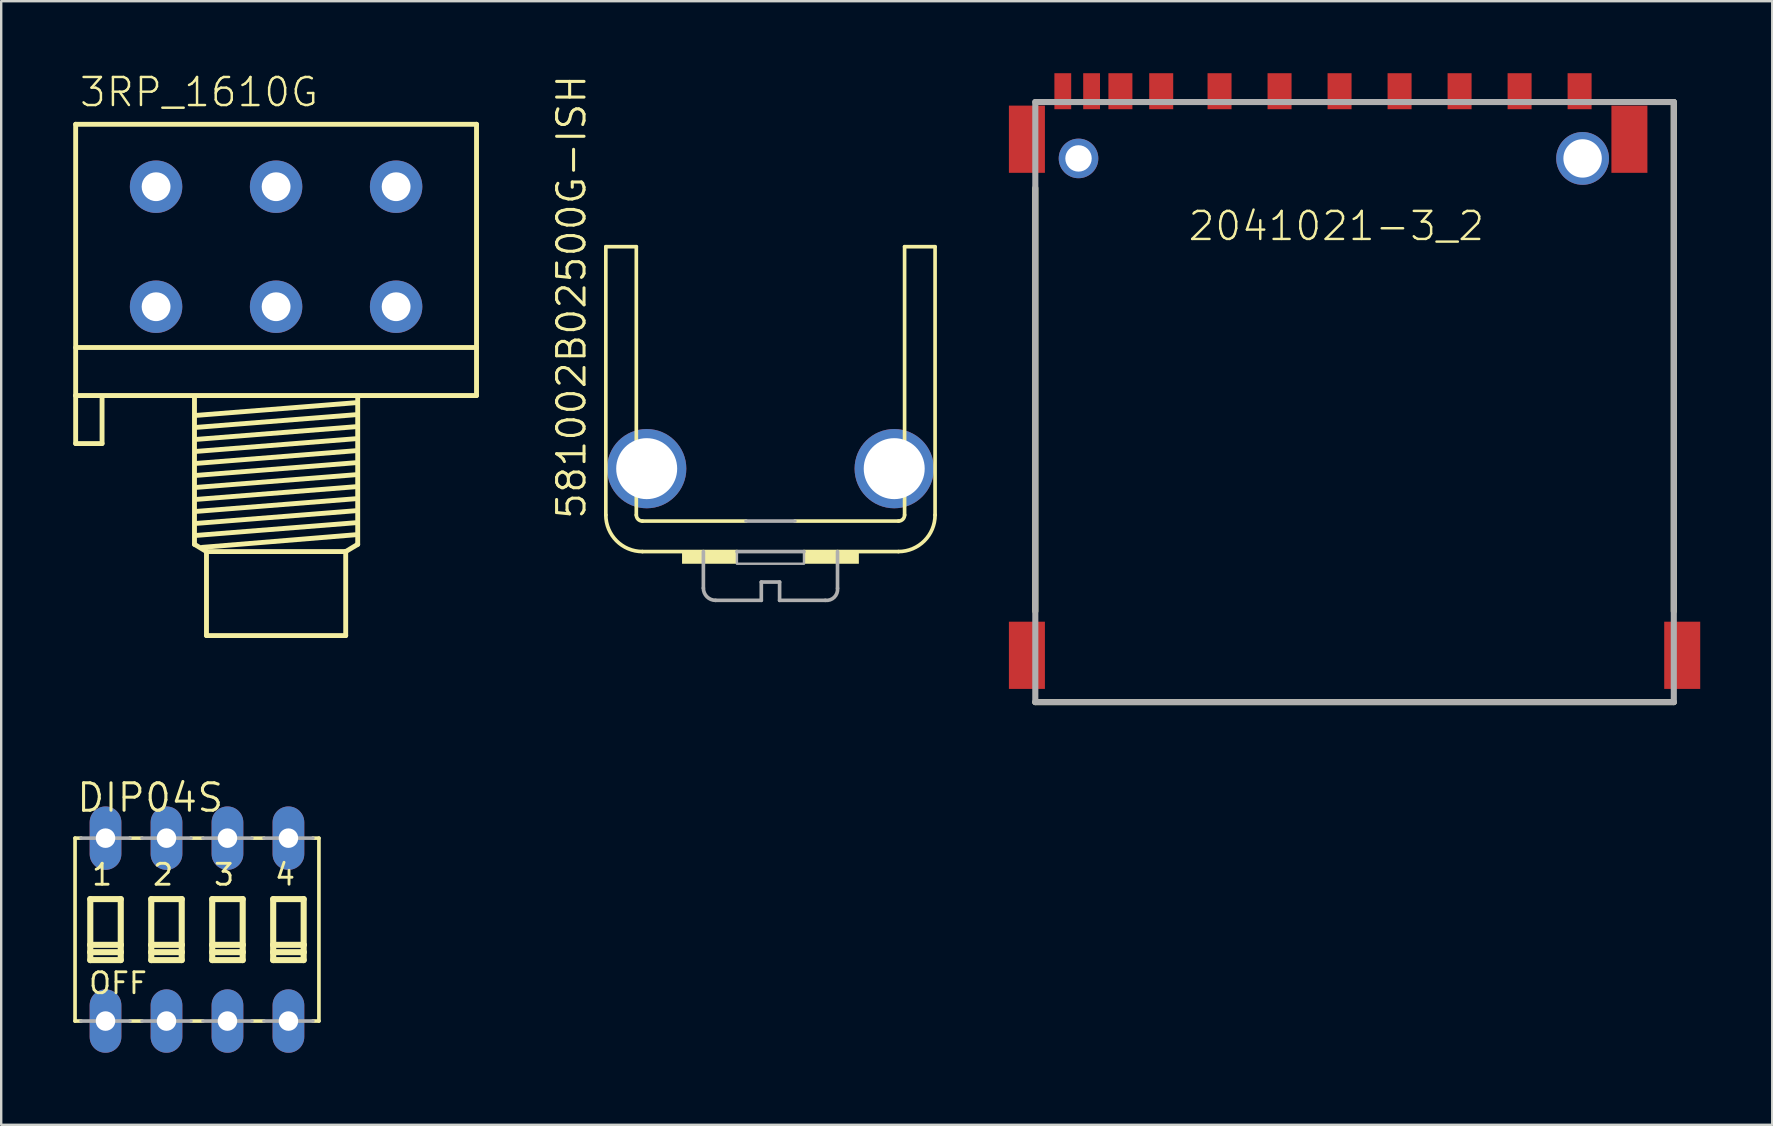
<source format=kicad_pcb>
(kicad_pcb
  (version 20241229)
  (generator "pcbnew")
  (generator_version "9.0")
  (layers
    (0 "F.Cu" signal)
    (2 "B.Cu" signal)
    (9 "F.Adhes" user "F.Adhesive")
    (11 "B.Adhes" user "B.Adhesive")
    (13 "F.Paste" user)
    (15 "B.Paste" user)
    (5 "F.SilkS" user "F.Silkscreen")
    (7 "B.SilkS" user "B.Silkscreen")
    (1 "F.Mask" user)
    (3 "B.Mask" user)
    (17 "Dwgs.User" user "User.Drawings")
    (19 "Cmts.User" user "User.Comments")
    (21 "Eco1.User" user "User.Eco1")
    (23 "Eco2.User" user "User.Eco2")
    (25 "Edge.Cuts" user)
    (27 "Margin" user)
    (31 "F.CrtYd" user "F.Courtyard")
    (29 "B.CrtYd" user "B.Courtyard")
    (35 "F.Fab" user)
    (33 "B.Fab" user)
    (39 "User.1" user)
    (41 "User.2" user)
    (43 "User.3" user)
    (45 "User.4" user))
  (footprint "DIP04S"
    (layer "F.Cu")
    (at 5.156 35.677)
    (property "Reference" "DIP04S" (at -5.08 -4.826 0) (layer "F.SilkS") (effects (font (size 1.143 1.143) (thickness 0.127)) (justify left bottom)))
    (fp_line (start -5.08 3.81) (end -5.08 -3.81) (stroke (width 0.152) (type solid)) (layer "F.SilkS"))
    (fp_line (start -4.826 -3.81) (end -5.08 -3.81) (stroke (width 0.152) (type solid)) (layer "F.SilkS"))
    (fp_line (start -4.826 3.81) (end -5.08 3.81) (stroke (width 0.152) (type solid)) (layer "F.SilkS"))
    (fp_line (start -4.445 -1.27) (end -4.445 0.635) (stroke (width 0.254) (type solid)) (layer "F.SilkS"))
    (fp_line (start -4.445 0.635) (end -4.445 0.94) (stroke (width 0.254) (type solid)) (layer "F.SilkS"))
    (fp_line (start -4.445 0.635) (end -3.175 0.635) (stroke (width 0.254) (type solid)) (layer "F.SilkS"))
    (fp_line (start -4.445 0.94) (end -4.445 1.27) (stroke (width 0.254) (type solid)) (layer "F.SilkS"))
    (fp_line (start -4.445 0.94) (end -3.175 0.94) (stroke (width 0.254) (type solid)) (layer "F.SilkS"))
    (fp_line (start -4.445 1.27) (end -3.175 1.27) (stroke (width 0.254) (type solid)) (layer "F.SilkS"))
    (fp_line (start -3.175 -1.27) (end -4.445 -1.27) (stroke (width 0.254) (type solid)) (layer "F.SilkS"))
    (fp_line (start -3.175 0.635) (end -3.175 -1.27) (stroke (width 0.254) (type solid)) (layer "F.SilkS"))
    (fp_line (start -3.175 0.94) (end -3.175 0.635) (stroke (width 0.254) (type solid)) (layer "F.SilkS"))
    (fp_line (start -3.175 1.27) (end -3.175 0.94) (stroke (width 0.254) (type solid)) (layer "F.SilkS"))
    (fp_line (start -2.794 -3.81) (end -2.286 -3.81) (stroke (width 0.152) (type solid)) (layer "F.SilkS"))
    (fp_line (start -2.794 3.81) (end -2.286 3.81) (stroke (width 0.152) (type solid)) (layer "F.SilkS"))
    (fp_line (start -1.905 -1.27) (end -1.905 0.635) (stroke (width 0.254) (type solid)) (layer "F.SilkS"))
    (fp_line (start -1.905 0.635) (end -1.905 0.94) (stroke (width 0.254) (type solid)) (layer "F.SilkS"))
    (fp_line (start -1.905 0.635) (end -0.635 0.635) (stroke (width 0.254) (type solid)) (layer "F.SilkS"))
    (fp_line (start -1.905 0.94) (end -1.905 1.27) (stroke (width 0.254) (type solid)) (layer "F.SilkS"))
    (fp_line (start -1.905 0.94) (end -0.635 0.94) (stroke (width 0.254) (type solid)) (layer "F.SilkS"))
    (fp_line (start -1.905 1.27) (end -0.635 1.27) (stroke (width 0.254) (type solid)) (layer "F.SilkS"))
    (fp_line (start -0.635 -1.27) (end -1.905 -1.27) (stroke (width 0.254) (type solid)) (layer "F.SilkS"))
    (fp_line (start -0.635 0.635) (end -0.635 -1.27) (stroke (width 0.254) (type solid)) (layer "F.SilkS"))
    (fp_line (start -0.635 0.94) (end -0.635 0.635) (stroke (width 0.254) (type solid)) (layer "F.SilkS"))
    (fp_line (start -0.635 1.27) (end -0.635 0.94) (stroke (width 0.254) (type solid)) (layer "F.SilkS"))
    (fp_line (start -0.254 -3.81) (end 0.254 -3.81) (stroke (width 0.152) (type solid)) (layer "F.SilkS"))
    (fp_line (start -0.254 3.81) (end 0.254 3.81) (stroke (width 0.152) (type solid)) (layer "F.SilkS"))
    (fp_line (start 0.635 -1.27) (end 0.635 0.635) (stroke (width 0.254) (type solid)) (layer "F.SilkS"))
    (fp_line (start 0.635 0.635) (end 0.635 0.94) (stroke (width 0.254) (type solid)) (layer "F.SilkS"))
    (fp_line (start 0.635 0.635) (end 1.905 0.635) (stroke (width 0.254) (type solid)) (layer "F.SilkS"))
    (fp_line (start 0.635 0.94) (end 0.635 1.27) (stroke (width 0.254) (type solid)) (layer "F.SilkS"))
    (fp_line (start 0.635 0.94) (end 1.905 0.94) (stroke (width 0.254) (type solid)) (layer "F.SilkS"))
    (fp_line (start 0.635 1.27) (end 1.905 1.27) (stroke (width 0.254) (type solid)) (layer "F.SilkS"))
    (fp_line (start 1.905 -1.27) (end 0.635 -1.27) (stroke (width 0.254) (type solid)) (layer "F.SilkS"))
    (fp_line (start 1.905 0.635) (end 1.905 -1.27) (stroke (width 0.254) (type solid)) (layer "F.SilkS"))
    (fp_line (start 1.905 0.94) (end 1.905 0.635) (stroke (width 0.254) (type solid)) (layer "F.SilkS"))
    (fp_line (start 1.905 1.27) (end 1.905 0.94) (stroke (width 0.254) (type solid)) (layer "F.SilkS"))
    (fp_line (start 2.286 -3.81) (end 2.794 -3.81) (stroke (width 0.152) (type solid)) (layer "F.SilkS"))
    (fp_line (start 2.286 3.81) (end 2.794 3.81) (stroke (width 0.152) (type solid)) (layer "F.SilkS"))
    (fp_line (start 3.175 -1.27) (end 3.175 0.635) (stroke (width 0.254) (type solid)) (layer "F.SilkS"))
    (fp_line (start 3.175 0.635) (end 3.175 0.94) (stroke (width 0.254) (type solid)) (layer "F.SilkS"))
    (fp_line (start 3.175 0.635) (end 4.445 0.635) (stroke (width 0.254) (type solid)) (layer "F.SilkS"))
    (fp_line (start 3.175 0.94) (end 3.175 1.27) (stroke (width 0.254) (type solid)) (layer "F.SilkS"))
    (fp_line (start 3.175 0.94) (end 4.445 0.94) (stroke (width 0.254) (type solid)) (layer "F.SilkS"))
    (fp_line (start 3.175 1.27) (end 4.445 1.27) (stroke (width 0.254) (type solid)) (layer "F.SilkS"))
    (fp_line (start 4.445 -1.27) (end 3.175 -1.27) (stroke (width 0.254) (type solid)) (layer "F.SilkS"))
    (fp_line (start 4.445 0.635) (end 4.445 -1.27) (stroke (width 0.254) (type solid)) (layer "F.SilkS"))
    (fp_line (start 4.445 0.94) (end 4.445 0.635) (stroke (width 0.254) (type solid)) (layer "F.SilkS"))
    (fp_line (start 4.445 1.27) (end 4.445 0.94) (stroke (width 0.254) (type solid)) (layer "F.SilkS"))
    (fp_line (start 4.826 -3.81) (end 5.08 -3.81) (stroke (width 0.152) (type solid)) (layer "F.SilkS"))
    (fp_line (start 4.826 3.81) (end 5.08 3.81) (stroke (width 0.152) (type solid)) (layer "F.SilkS"))
    (fp_line (start 5.08 -3.81) (end 5.08 3.81) (stroke (width 0.152) (type solid)) (layer "F.SilkS"))
    (fp_line (start -4.826 -3.81) (end -2.794 -3.81) (stroke (width 0.152) (type solid)) (layer "F.Fab"))
    (fp_line (start -2.794 3.81) (end -4.826 3.81) (stroke (width 0.152) (type solid)) (layer "F.Fab"))
    (fp_line (start -2.286 -3.81) (end -0.254 -3.81) (stroke (width 0.152) (type solid)) (layer "F.Fab"))
    (fp_line (start -2.286 3.81) (end -0.254 3.81) (stroke (width 0.152) (type solid)) (layer "F.Fab"))
    (fp_line (start 0.254 -3.81) (end 2.286 -3.81) (stroke (width 0.152) (type solid)) (layer "F.Fab"))
    (fp_line (start 0.254 3.81) (end 2.286 3.81) (stroke (width 0.152) (type solid)) (layer "F.Fab"))
    (fp_line (start 2.794 -3.81) (end 4.826 -3.81) (stroke (width 0.152) (type solid)) (layer "F.Fab"))
    (fp_line (start 2.794 3.81) (end 4.826 3.81) (stroke (width 0.152) (type solid)) (layer "F.Fab"))
    (fp_text user "4" (at 3.175 -1.778 0) (layer "F.SilkS") (effects (font (size 0.872 0.872) (thickness 0.119)) (justify left bottom)))
    (fp_text user "OFF" (at -4.572 2.743 0) (layer "F.SilkS") (effects (font (size 0.872 0.872) (thickness 0.119)) (justify left bottom)))
    (fp_text user "2" (at -1.905 -1.778 0) (layer "F.SilkS") (effects (font (size 0.872 0.872) (thickness 0.119)) (justify left bottom)))
    (fp_text user "1" (at -4.445 -1.778 0) (layer "F.SilkS") (effects (font (size 0.872 0.872) (thickness 0.119)) (justify left bottom)))
    (fp_text user "3" (at 0.635 -1.778 0) (layer "F.SilkS") (effects (font (size 0.872 0.872) (thickness 0.119)) (justify left bottom)))
    (pad "1" thru_hole oval (at -3.81 3.81 90) (size 2.642 1.321) (drill 0.813) (layers "*.Cu" "*.Mask"))
    (pad "2" thru_hole oval (at -1.27 3.81 90) (size 2.642 1.321) (drill 0.813) (layers "*.Cu" "*.Mask"))
    (pad "3" thru_hole oval (at 1.27 3.81 90) (size 2.642 1.321) (drill 0.813) (layers "*.Cu" "*.Mask"))
    (pad "4" thru_hole oval (at 3.81 3.81 90) (size 2.642 1.321) (drill 0.813) (layers "*.Cu" "*.Mask"))
    (pad "5" thru_hole oval (at 3.81 -3.81 90) (size 2.642 1.321) (drill 0.813) (layers "*.Cu" "*.Mask"))
    (pad "6" thru_hole oval (at 1.27 -3.81 90) (size 2.642 1.321) (drill 0.813) (layers "*.Cu" "*.Mask"))
    (pad "7" thru_hole oval (at -1.27 -3.81 90) (size 2.642 1.321) (drill 0.813) (layers "*.Cu" "*.Mask"))
    (pad "8" thru_hole oval (at -3.81 -3.81 90) (size 2.642 1.321) (drill 0.813) (layers "*.Cu" "*.Mask")))
  (footprint "581002B02500G-ISH"
    (layer "F.Cu")
    (at 29.047 19.928)
    (property "Reference" "581002B02500G-ISH" (at -7.62 -1.27 90) (layer "F.SilkS") (effects (font (size 1.143 1.143) (thickness 0.127)) (justify left bottom)))
    (fp_line (start -6.858 -12.7) (end -5.588 -12.7) (stroke (width 0.152) (type solid)) (layer "F.SilkS"))
    (fp_line (start -6.858 -1.524) (end -6.858 -12.7) (stroke (width 0.152) (type solid)) (layer "F.SilkS"))
    (fp_line (start -5.588 -1.524) (end -5.588 -12.7) (stroke (width 0.152) (type solid)) (layer "F.SilkS"))
    (fp_line (start -5.334 -1.27) (end -1.016 -1.27) (stroke (width 0.152) (type solid)) (layer "F.SilkS"))
    (fp_line (start -1.397 0) (end -5.334 0) (stroke (width 0.152) (type solid)) (layer "F.SilkS"))
    (fp_line (start 1.016 -1.27) (end 5.334 -1.27) (stroke (width 0.152) (type solid)) (layer "F.SilkS"))
    (fp_line (start 1.397 0) (end 5.334 0) (stroke (width 0.152) (type solid)) (layer "F.SilkS"))
    (fp_line (start 5.588 -1.524) (end 5.588 -12.7) (stroke (width 0.152) (type solid)) (layer "F.SilkS"))
    (fp_line (start 6.858 -12.7) (end 5.588 -12.7) (stroke (width 0.152) (type solid)) (layer "F.SilkS"))
    (fp_line (start 6.858 -1.524) (end 6.858 -12.7) (stroke (width 0.152) (type solid)) (layer "F.SilkS"))
    (fp_arc (start -5.334 -1.27) (mid -5.513605 -1.344395) (end -5.588 -1.524) (stroke (width 0.1524) (type solid)) (layer "F.SilkS"))
    (fp_arc (start -5.334 0) (mid -6.411631 -0.446369) (end -6.858 -1.524) (stroke (width 0.1524) (type solid)) (layer "F.SilkS"))
    (fp_arc (start 5.588 -1.524) (mid 5.513605 -1.344395) (end 5.334 -1.27) (stroke (width 0.1524) (type solid)) (layer "F.SilkS"))
    (fp_arc (start 6.858 -1.524) (mid 6.411631 -0.446369) (end 5.334 0) (stroke (width 0.1524) (type solid)) (layer "F.SilkS"))
    (fp_poly (pts (xy -3.683 0.508) (xy -1.397 0.508) (xy -1.397 0) (xy -3.683 0)) (stroke (width 0) (type solid)) (fill yes) (layer "F.SilkS"))
    (fp_poly (pts (xy 1.397 0.508) (xy 3.683 0.508) (xy 3.683 0) (xy 1.397 0)) (stroke (width 0) (type solid)) (fill yes) (layer "F.SilkS"))
    (fp_line (start -2.794 1.524) (end -2.794 0) (stroke (width 0.152) (type solid)) (layer "F.Fab"))
    (fp_line (start -2.286 2.032) (end -0.381 2.032) (stroke (width 0.152) (type solid)) (layer "F.Fab"))
    (fp_line (start -1.016 -1.27) (end 1.016 -1.27) (stroke (width 0.152) (type solid)) (layer "F.Fab"))
    (fp_line (start -0.381 1.27) (end -0.381 2.032) (stroke (width 0.152) (type solid)) (layer "F.Fab"))
    (fp_line (start -0.381 1.27) (end 0.381 1.27) (stroke (width 0.152) (type solid)) (layer "F.Fab"))
    (fp_line (start 0.381 2.032) (end 0.381 1.27) (stroke (width 0.152) (type solid)) (layer "F.Fab"))
    (fp_line (start 1.397 0) (end -1.397 0) (stroke (width 0.152) (type solid)) (layer "F.Fab"))
    (fp_line (start 2.286 2.032) (end 0.381 2.032) (stroke (width 0.152) (type solid)) (layer "F.Fab"))
    (fp_line (start 2.794 1.524) (end 2.794 0) (stroke (width 0.152) (type solid)) (layer "F.Fab"))
    (fp_arc (start -2.286 2.032) (mid -2.64521 1.88321) (end -2.794 1.524) (stroke (width 0.1524) (type solid)) (layer "F.Fab"))
    (fp_arc (start 2.795 1.5349) (mid 2.658131 1.903897) (end 2.286 2.032) (stroke (width 0.1524) (type solid)) (layer "F.Fab"))
    (fp_poly (pts (xy -1.397 0.508) (xy 1.397 0.508) (xy 1.397 0) (xy -1.397 0)) (stroke (width 0.1) (type solid)) (fill no) (layer "F.Fab"))
    (pad "B" thru_hole circle (at -5.156 -3.454) (size 3.302 3.302) (drill 2.54) (layers "*.Cu" "*.Mask"))
    (pad "B1" thru_hole circle (at 5.156 -3.454) (size 3.302 3.302) (drill 2.54) (layers "*.Cu" "*.Mask")))
  (footprint "3RP_1610G"
    (layer "F.Cu")
    (at 8.452 9.728)
    (property "Reference" "3RP_1610G" (at -8.255 -8.255 0) (layer "F.SilkS") (effects (font (size 1.168 1.168) (thickness 0.102)) (justify left bottom)))
    (fp_line (start -8.35 -7.6) (end 8.35 -7.6) (stroke (width 0.203) (type solid)) (layer "F.SilkS"))
    (fp_line (start -8.35 1.7) (end 8.35 1.7) (stroke (width 0.203) (type solid)) (layer "F.SilkS"))
    (fp_line (start -8.35 3.7) (end -8.35 -7.6) (stroke (width 0.203) (type solid)) (layer "F.SilkS"))
    (fp_line (start -8.35 3.7) (end -8.35 5.7) (stroke (width 0.203) (type solid)) (layer "F.SilkS"))
    (fp_line (start -8.35 3.7) (end 8.35 3.7) (stroke (width 0.203) (type solid)) (layer "F.SilkS"))
    (fp_line (start -8.35 5.7) (end -7.25 5.7) (stroke (width 0.203) (type solid)) (layer "F.SilkS"))
    (fp_line (start -7.25 5.7) (end -7.25 3.8) (stroke (width 0.203) (type solid)) (layer "F.SilkS"))
    (fp_line (start -3.4 3.8) (end -3.4 9.9) (stroke (width 0.203) (type solid)) (layer "F.SilkS"))
    (fp_line (start -3.4 9.9) (end -2.9 10.2) (stroke (width 0.203) (type solid)) (layer "F.SilkS"))
    (fp_line (start -3.3 4.525) (end 3.3 4) (stroke (width 0.203) (type solid)) (layer "F.SilkS"))
    (fp_line (start -3.3 5.025) (end 3.3 4.5) (stroke (width 0.203) (type solid)) (layer "F.SilkS"))
    (fp_line (start -3.3 5.525) (end 3.3 5) (stroke (width 0.203) (type solid)) (layer "F.SilkS"))
    (fp_line (start -3.3 6.025) (end 3.3 5.5) (stroke (width 0.203) (type solid)) (layer "F.SilkS"))
    (fp_line (start -3.3 6.525) (end 3.3 6) (stroke (width 0.203) (type solid)) (layer "F.SilkS"))
    (fp_line (start -3.3 7.025) (end 3.3 6.5) (stroke (width 0.203) (type solid)) (layer "F.SilkS"))
    (fp_line (start -3.3 7.525) (end 3.3 7) (stroke (width 0.203) (type solid)) (layer "F.SilkS"))
    (fp_line (start -3.3 8.025) (end 3.3 7.5) (stroke (width 0.203) (type solid)) (layer "F.SilkS"))
    (fp_line (start -3.3 8.525) (end 3.3 8) (stroke (width 0.203) (type solid)) (layer "F.SilkS"))
    (fp_line (start -3.3 9.025) (end 3.3 8.5) (stroke (width 0.203) (type solid)) (layer "F.SilkS"))
    (fp_line (start -3.3 9.525) (end 3.3 9) (stroke (width 0.203) (type solid)) (layer "F.SilkS"))
    (fp_line (start -3.075 10.025) (end 3.3 9.5) (stroke (width 0.203) (type solid)) (layer "F.SilkS"))
    (fp_line (start -2.9 10.2) (end -2.9 13.7) (stroke (width 0.203) (type solid)) (layer "F.SilkS"))
    (fp_line (start -2.9 10.2) (end 2.9 10.2) (stroke (width 0.203) (type solid)) (layer "F.SilkS"))
    (fp_line (start -2.9 13.7) (end 2.9 13.7) (stroke (width 0.203) (type solid)) (layer "F.SilkS"))
    (fp_line (start 2.9 10.2) (end 3.4 9.9) (stroke (width 0.203) (type solid)) (layer "F.SilkS"))
    (fp_line (start 2.9 13.7) (end 2.9 10.2) (stroke (width 0.203) (type solid)) (layer "F.SilkS"))
    (fp_line (start 3.4 9.9) (end 3.4 3.8) (stroke (width 0.203) (type solid)) (layer "F.SilkS"))
    (fp_line (start 8.35 3.7) (end 8.35 -7.6) (stroke (width 0.203) (type solid)) (layer "F.SilkS"))
    (pad "1-1" thru_hole circle (at -5 0) (size 2.184 2.184) (drill 1.2) (layers "*.Cu" "*.Mask"))
    (pad "1-2" thru_hole circle (at 0 0) (size 2.184 2.184) (drill 1.2) (layers "*.Cu" "*.Mask"))
    (pad "1-3" thru_hole circle (at 5 0) (size 2.184 2.184) (drill 1.2) (layers "*.Cu" "*.Mask"))
    (pad "2-1" thru_hole circle (at -5 -5) (size 2.184 2.184) (drill 1.2) (layers "*.Cu" "*.Mask"))
    (pad "2-2" thru_hole circle (at 0 -5) (size 2.184 2.184) (drill 1.2) (layers "*.Cu" "*.Mask"))
    (pad "2-3" thru_hole circle (at 5 -5) (size 2.184 2.184) (drill 1.2) (layers "*.Cu" "*.Mask")))
  (footprint "2041021-3_2"
    (layer "F.Cu")
    (at 40.081 1.2)
    (property "Reference" "2041021-3_2" (at 12.541 5.169 0) (layer "F.SilkS") (effects (font (size 1.168 1.168) (thickness 0.102))))
    (fp_line (start 0 3.587) (end 0 21.214) (stroke (width 0.254) (type solid)) (layer "F.SilkS"))
    (fp_line (start 0 25) (end 26.6 25) (stroke (width 0.254) (type solid)) (layer "F.SilkS"))
    (fp_line (start 26.6 0) (end 26.6 21.214) (stroke (width 0.254) (type solid)) (layer "F.SilkS"))
    (fp_line (start 0 0) (end 26.6 0) (stroke (width 0.254) (type solid)) (layer "F.Fab"))
    (fp_line (start 0 25) (end 0 0) (stroke (width 0.254) (type solid)) (layer "F.Fab"))
    (fp_line (start 26.6 0) (end 26.6 25) (stroke (width 0.254) (type solid)) (layer "F.Fab"))
    (fp_line (start 26.6 25) (end 0 25) (stroke (width 0.254) (type solid)) (layer "F.Fab"))
    (pad "1" smd rect (at 20.175 -0.45 90) (size 1.5 1) (layers "F.Cu" "F.Mask" "F.Paste"))
    (pad "2" smd rect (at 17.675 -0.45 90) (size 1.5 1) (layers "F.Cu" "F.Mask" "F.Paste"))
    (pad "3" smd rect (at 15.175 -0.45 90) (size 1.5 1) (layers "F.Cu" "F.Mask" "F.Paste"))
    (pad "4" smd rect (at 12.675 -0.45 90) (size 1.5 1) (layers "F.Cu" "F.Mask" "F.Paste"))
    (pad "5" smd rect (at 10.175 -0.45 90) (size 1.5 1) (layers "F.Cu" "F.Mask" "F.Paste"))
    (pad "6" smd rect (at 7.675 -0.45 90) (size 1.5 1) (layers "F.Cu" "F.Mask" "F.Paste"))
    (pad "7" smd rect (at 5.245 -0.45 90) (size 1.5 1) (layers "F.Cu" "F.Mask" "F.Paste"))
    (pad "8" smd rect (at 3.545 -0.45 90) (size 1.5 1) (layers "F.Cu" "F.Mask" "F.Paste"))
    (pad "9" smd rect (at 22.675 -0.45 90) (size 1.5 1) (layers "F.Cu" "F.Mask" "F.Paste"))
    (pad "10" smd rect (at 2.345 -0.45 90) (size 1.5 0.7) (layers "F.Cu" "F.Mask" "F.Paste"))
    (pad "11" smd rect (at 1.145 -0.45 90) (size 1.5 0.7) (layers "F.Cu" "F.Mask" "F.Paste"))
    (pad "12" smd rect (at -0.35 23.05 90) (size 2.8 1.5) (layers "F.Cu" "F.Mask" "F.Paste"))
    (pad "13" smd rect (at 26.95 23.05 90) (size 2.8 1.5) (layers "F.Cu" "F.Mask" "F.Paste"))
    (pad "14" smd rect (at -0.35 1.55 90) (size 2.8 1.5) (layers "F.Cu" "F.Mask" "F.Paste"))
    (pad "15" smd rect (at 24.75 1.55 90) (size 2.8 1.5) (layers "F.Cu" "F.Mask" "F.Paste"))
    (pad "16" thru_hole circle (at 1.8 2.35) (size 1.65 1.65) (drill 1.1) (layers "*.Cu" "*.Mask"))
    (pad "17" thru_hole circle (at 22.8 2.35) (size 2.2 2.2) (drill 1.6) (layers "*.Cu" "*.Mask")))
  (gr_rect
    (start -3 -3)
    (end 70.781 43.808)
    (stroke (width 0.1) (type default))
    (fill no)
    (layer "Edge.Cuts")))
</source>
